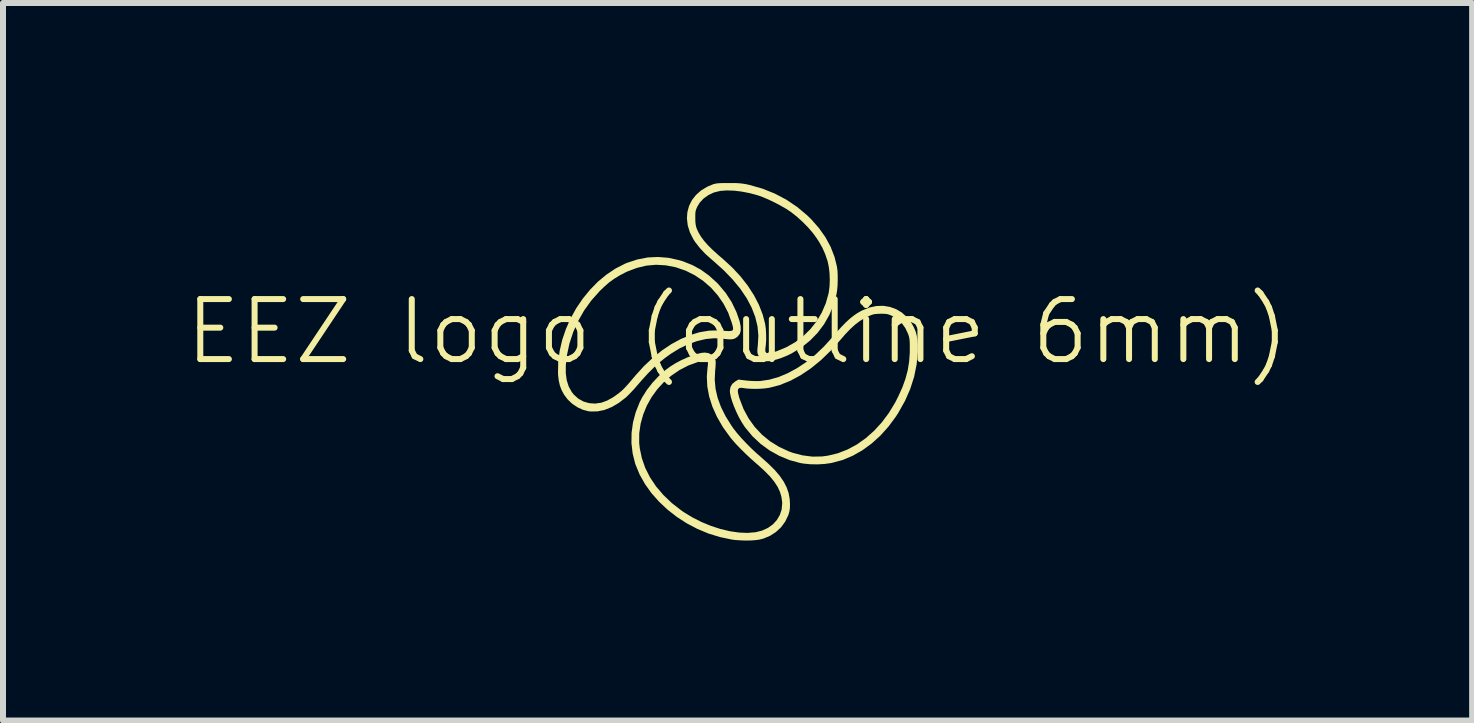
<source format=kicad_pcb>
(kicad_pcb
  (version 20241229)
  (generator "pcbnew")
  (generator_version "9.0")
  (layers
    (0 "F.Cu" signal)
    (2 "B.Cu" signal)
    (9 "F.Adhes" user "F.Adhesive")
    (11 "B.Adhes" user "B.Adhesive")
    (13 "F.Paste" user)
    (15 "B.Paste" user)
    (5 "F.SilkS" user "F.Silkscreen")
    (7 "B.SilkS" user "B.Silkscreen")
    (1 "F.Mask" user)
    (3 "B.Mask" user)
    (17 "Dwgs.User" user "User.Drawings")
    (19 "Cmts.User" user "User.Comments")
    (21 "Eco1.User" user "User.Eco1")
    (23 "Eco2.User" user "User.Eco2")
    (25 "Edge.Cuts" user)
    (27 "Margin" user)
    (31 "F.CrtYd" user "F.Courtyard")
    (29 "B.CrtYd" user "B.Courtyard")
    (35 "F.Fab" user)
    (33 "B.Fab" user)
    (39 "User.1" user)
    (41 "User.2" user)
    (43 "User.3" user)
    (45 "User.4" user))
  (footprint "EEZ logo (outline 6mm)"
    (layer "F.Cu")
    (at 9.24 2.976)
    (property "Reference" "EEZ logo (outline 6mm)" (at 0 -0.5 0) (unlocked yes) (layer "F.SilkS") (effects (font (size 1 1) (thickness 0.1))))
    (attr exclude_from_pos_files exclude_from_bom)
    (fp_poly (pts (xy -0.481 -0.141) (xy -0.427 -0.112) (xy -0.387 -0.068) (xy -0.366 -0.018) (xy -0.364 0.007) (xy -0.365 0.048) (xy -0.368 0.101) (xy -0.373 0.149) (xy -0.38 0.301) (xy -0.367 0.451) (xy -0.332 0.603) (xy -0.276 0.756) (xy -0.198 0.912) (xy -0.098 1.072) (xy -0.065 1.119) (xy -0.01 1.189) (xy 0.059 1.269) (xy 0.14 1.355) (xy 0.227 1.443) (xy 0.317 1.527) (xy 0.396 1.596) (xy 0.519 1.706) (xy 0.622 1.808) (xy 0.705 1.906) (xy 0.77 2.001) (xy 0.818 2.095) (xy 0.851 2.19) (xy 0.869 2.289) (xy 0.874 2.379) (xy 0.872 2.444) (xy 0.864 2.498) (xy 0.848 2.551) (xy 0.846 2.558) (xy 0.795 2.664) (xy 0.726 2.759) (xy 0.64 2.839) (xy 0.541 2.903) (xy 0.43 2.949) (xy 0.367 2.965) (xy 0.304 2.974) (xy 0.224 2.98) (xy 0.136 2.981) (xy 0.045 2.978) (xy -0.041 2.972) (xy -0.094 2.965) (xy -0.291 2.924) (xy -0.483 2.865) (xy -0.668 2.788) (xy -0.845 2.695) (xy -1.011 2.588) (xy -1.166 2.467) (xy -1.307 2.335) (xy -1.433 2.193) (xy -1.541 2.042) (xy -1.631 1.883) (xy -1.699 1.718) (xy -1.707 1.695) (xy -1.748 1.529) (xy -1.768 1.359) (xy -1.768 1.353) (xy -1.639 1.353) (xy -1.63 1.44) (xy -1.595 1.608) (xy -1.538 1.771) (xy -1.459 1.928) (xy -1.358 2.079) (xy -1.237 2.221) (xy -1.096 2.356) (xy -0.935 2.481) (xy -0.891 2.511) (xy -0.748 2.598) (xy -0.597 2.674) (xy -0.441 2.738) (xy -0.284 2.789) (xy -0.128 2.826) (xy 0.023 2.848) (xy 0.165 2.854) (xy 0.296 2.843) (xy 0.3 2.843) (xy 0.41 2.815) (xy 0.506 2.771) (xy 0.589 2.712) (xy 0.655 2.639) (xy 0.704 2.556) (xy 0.735 2.464) (xy 0.744 2.364) (xy 0.743 2.338) (xy 0.731 2.252) (xy 0.706 2.169) (xy 0.668 2.087) (xy 0.614 2.004) (xy 0.544 1.917) (xy 0.455 1.826) (xy 0.347 1.727) (xy 0.303 1.689) (xy 0.221 1.617) (xy 0.136 1.537) (xy 0.053 1.455) (xy -0.024 1.375) (xy -0.089 1.301) (xy -0.124 1.258) (xy -0.245 1.09) (xy -0.343 0.92) (xy -0.419 0.751) (xy -0.473 0.582) (xy -0.504 0.414) (xy -0.512 0.248) (xy -0.5 0.1) (xy -0.493 0.046) (xy -0.494 0.009) (xy -0.504 -0.012) (xy -0.527 -0.021) (xy -0.566 -0.018) (xy -0.622 -0.004) (xy -0.659 0.006) (xy -0.817 0.063) (xy -0.965 0.139) (xy -1.102 0.232) (xy -1.226 0.339) (xy -1.336 0.459) (xy -1.432 0.591) (xy -1.511 0.732) (xy -1.572 0.881) (xy -1.615 1.035) (xy -1.638 1.193) (xy -1.639 1.353) (xy -1.768 1.353) (xy -1.766 1.186) (xy -1.742 1.013) (xy -1.697 0.843) (xy -1.631 0.677) (xy -1.589 0.595) (xy -1.512 0.473) (xy -1.419 0.353) (xy -1.313 0.24) (xy -1.202 0.141) (xy -1.117 0.079) (xy -1.034 0.027) (xy -0.944 -0.021) (xy -0.851 -0.064) (xy -0.76 -0.1) (xy -0.675 -0.128) (xy -0.601 -0.146) (xy -0.545 -0.151)) (stroke (width 0) (type solid)) (fill yes) (layer "F.SilkS"))
    (fp_poly (pts (xy -1.151 -1.73) (xy -0.978 -1.692) (xy -0.911 -1.672) (xy -0.755 -1.61) (xy -0.611 -1.532) (xy -0.477 -1.435) (xy -0.348 -1.319) (xy -0.316 -1.286) (xy -0.196 -1.143) (xy -0.097 -0.99) (xy -0.018 -0.825) (xy 0.035 -0.671) (xy 0.052 -0.587) (xy 0.053 -0.519) (xy 0.038 -0.464) (xy 0.004 -0.42) (xy -0.033 -0.392) (xy -0.059 -0.38) (xy -0.089 -0.373) (xy -0.127 -0.371) (xy -0.177 -0.374) (xy -0.245 -0.382) (xy -0.253 -0.383) (xy -0.386 -0.39) (xy -0.527 -0.377) (xy -0.672 -0.343) (xy -0.819 -0.291) (xy -0.967 -0.22) (xy -1.109 -0.133) (xy -1.209 -0.061) (xy -1.304 0.015) (xy -1.397 0.1) (xy -1.493 0.196) (xy -1.594 0.307) (xy -1.666 0.39) (xy -1.714 0.446) (xy -1.765 0.501) (xy -1.812 0.55) (xy -1.852 0.589) (xy -1.862 0.598) (xy -1.979 0.688) (xy -2.097 0.757) (xy -2.215 0.804) (xy -2.333 0.829) (xy -2.449 0.831) (xy -2.488 0.826) (xy -2.578 0.802) (xy -2.669 0.76) (xy -2.755 0.702) (xy -2.829 0.632) (xy -2.887 0.556) (xy -2.888 0.555) (xy -2.931 0.476) (xy -2.96 0.4) (xy -2.979 0.319) (xy -2.99 0.226) (xy -2.991 0.195) (xy -2.862 0.195) (xy -2.846 0.312) (xy -2.813 0.415) (xy -2.763 0.505) (xy -2.727 0.551) (xy -2.653 0.617) (xy -2.567 0.665) (xy -2.473 0.692) (xy -2.373 0.699) (xy -2.272 0.685) (xy -2.266 0.683) (xy -2.176 0.65) (xy -2.08 0.598) (xy -1.985 0.531) (xy -1.979 0.526) (xy -1.95 0.502) (xy -1.924 0.48) (xy -1.899 0.456) (xy -1.872 0.428) (xy -1.841 0.394) (xy -1.802 0.35) (xy -1.754 0.293) (xy -1.698 0.227) (xy -1.558 0.073) (xy -1.411 -0.065) (xy -1.259 -0.187) (xy -1.104 -0.291) (xy -0.947 -0.376) (xy -0.789 -0.443) (xy -0.632 -0.49) (xy -0.477 -0.516) (xy -0.327 -0.521) (xy -0.291 -0.518) (xy -0.211 -0.512) (xy -0.152 -0.509) (xy -0.111 -0.511) (xy -0.086 -0.519) (xy -0.075 -0.536) (xy -0.075 -0.563) (xy -0.083 -0.602) (xy -0.098 -0.653) (xy -0.156 -0.815) (xy -0.234 -0.966) (xy -0.331 -1.106) (xy -0.443 -1.233) (xy -0.571 -1.344) (xy -0.712 -1.439) (xy -0.863 -1.515) (xy -1.025 -1.571) (xy -1.036 -1.574) (xy -1.199 -1.605) (xy -1.359 -1.614) (xy -1.518 -1.6) (xy -1.677 -1.562) (xy -1.836 -1.502) (xy -1.882 -1.48) (xy -1.976 -1.43) (xy -2.059 -1.378) (xy -2.137 -1.322) (xy -2.215 -1.254) (xy -2.3 -1.173) (xy -2.301 -1.171) (xy -2.435 -1.021) (xy -2.554 -0.856) (xy -2.655 -0.679) (xy -2.738 -0.494) (xy -2.801 -0.302) (xy -2.843 -0.107) (xy -2.862 0.063) (xy -2.862 0.195) (xy -2.991 0.195) (xy -2.992 0.19) (xy -2.988 0.006) (xy -2.964 -0.18) (xy -2.921 -0.364) (xy -2.859 -0.546) (xy -2.781 -0.722) (xy -2.687 -0.891) (xy -2.579 -1.05) (xy -2.458 -1.198) (xy -2.326 -1.333) (xy -2.183 -1.451) (xy -2.032 -1.552) (xy -1.873 -1.633) (xy -1.836 -1.648) (xy -1.667 -1.703) (xy -1.496 -1.736) (xy -1.324 -1.744)) (stroke (width 0) (type solid)) (fill yes) (layer "F.SilkS"))
    (fp_poly (pts (xy 2.539 -0.912) (xy 2.643 -0.874) (xy 2.739 -0.817) (xy 2.824 -0.741) (xy 2.896 -0.647) (xy 2.937 -0.574) (xy 2.966 -0.506) (xy 2.986 -0.436) (xy 2.998 -0.361) (xy 3.004 -0.273) (xy 3.003 -0.169) (xy 3.003 -0.163) (xy 2.984 0.047) (xy 2.942 0.254) (xy 2.877 0.457) (xy 2.789 0.657) (xy 2.678 0.854) (xy 2.639 0.915) (xy 2.514 1.084) (xy 2.378 1.235) (xy 2.233 1.366) (xy 2.079 1.478) (xy 1.916 1.57) (xy 1.748 1.64) (xy 1.573 1.687) (xy 1.558 1.69) (xy 1.451 1.705) (xy 1.333 1.712) (xy 1.214 1.71) (xy 1.101 1.699) (xy 1.043 1.689) (xy 0.864 1.64) (xy 0.694 1.569) (xy 0.533 1.479) (xy 0.384 1.37) (xy 0.249 1.244) (xy 0.131 1.102) (xy 0.116 1.082) (xy 0.069 1.009) (xy 0.023 0.927) (xy -0.02 0.838) (xy -0.058 0.749) (xy -0.09 0.663) (xy -0.113 0.584) (xy -0.126 0.518) (xy -0.128 0.487) (xy -0.128 0.484) (xy 0.004 0.484) (xy 0.01 0.529) (xy 0.026 0.593) (xy 0.035 0.621) (xy 0.1 0.79) (xy 0.184 0.946) (xy 0.286 1.088) (xy 0.405 1.215) (xy 0.54 1.326) (xy 0.69 1.419) (xy 0.853 1.495) (xy 0.922 1.52) (xy 1.084 1.562) (xy 1.247 1.583) (xy 1.409 1.58) (xy 1.505 1.567) (xy 1.672 1.527) (xy 1.833 1.464) (xy 1.989 1.38) (xy 2.136 1.276) (xy 2.275 1.153) (xy 2.404 1.012) (xy 2.522 0.854) (xy 2.628 0.679) (xy 2.674 0.588) (xy 2.745 0.433) (xy 2.798 0.286) (xy 2.836 0.144) (xy 2.859 0.000369) (xy 2.87 -0.149) (xy 2.87 -0.198) (xy 2.87 -0.27) (xy 2.869 -0.324) (xy 2.866 -0.365) (xy 2.861 -0.398) (xy 2.853 -0.428) (xy 2.845 -0.454) (xy 2.797 -0.558) (xy 2.735 -0.644) (xy 2.658 -0.714) (xy 2.568 -0.766) (xy 2.531 -0.781) (xy 2.499 -0.791) (xy 2.461 -0.796) (xy 2.412 -0.798) (xy 2.389 -0.798) (xy 2.33 -0.796) (xy 2.285 -0.792) (xy 2.247 -0.783) (xy 2.205 -0.767) (xy 2.205 -0.767) (xy 2.119 -0.726) (xy 2.038 -0.677) (xy 1.959 -0.617) (xy 1.877 -0.542) (xy 1.791 -0.452) (xy 1.718 -0.367) (xy 1.555 -0.185) (xy 1.39 -0.025) (xy 1.222 0.112) (xy 1.051 0.227) (xy 0.88 0.319) (xy 0.706 0.389) (xy 0.532 0.435) (xy 0.521 0.437) (xy 0.455 0.446) (xy 0.376 0.452) (xy 0.293 0.454) (xy 0.213 0.452) (xy 0.145 0.447) (xy 0.116 0.443) (xy 0.066 0.436) (xy 0.032 0.439) (xy 0.012 0.455) (xy 0.004 0.484) (xy -0.128 0.484) (xy -0.118 0.423) (xy -0.087 0.37) (xy -0.038 0.33) (xy 0.014 0.299) (xy 0.146 0.315) (xy 0.216 0.321) (xy 0.289 0.324) (xy 0.353 0.324) (xy 0.376 0.323) (xy 0.527 0.301) (xy 0.681 0.258) (xy 0.836 0.193) (xy 0.991 0.109) (xy 1.145 0.007) (xy 1.295 -0.114) (xy 1.439 -0.251) (xy 1.565 -0.39) (xy 1.654 -0.493) (xy 1.732 -0.58) (xy 1.802 -0.652) (xy 1.866 -0.711) (xy 1.928 -0.761) (xy 1.988 -0.803) (xy 2.051 -0.84) (xy 2.082 -0.855) (xy 2.198 -0.902) (xy 2.315 -0.927) (xy 2.429 -0.93)) (stroke (width 0) (type solid)) (fill yes) (layer "F.SilkS"))
    (fp_poly (pts (xy -0.14 -2.976) (xy -0.061 -2.976) (xy 0.002 -2.974) (xy 0.053 -2.97) (xy 0.099 -2.964) (xy 0.147 -2.956) (xy 0.203 -2.943) (xy 0.204 -2.943) (xy 0.417 -2.882) (xy 0.621 -2.8) (xy 0.813 -2.699) (xy 0.993 -2.578) (xy 1.16 -2.438) (xy 1.223 -2.377) (xy 1.354 -2.229) (xy 1.464 -2.074) (xy 1.551 -1.913) (xy 1.616 -1.745) (xy 1.656 -1.585) (xy 1.665 -1.519) (xy 1.669 -1.437) (xy 1.669 -1.349) (xy 1.666 -1.26) (xy 1.658 -1.18) (xy 1.649 -1.124) (xy 1.6 -0.946) (xy 1.53 -0.779) (xy 1.441 -0.622) (xy 1.333 -0.479) (xy 1.208 -0.351) (xy 1.066 -0.237) (xy 0.908 -0.141) (xy 0.904 -0.138) (xy 0.821 -0.098) (xy 0.737 -0.064) (xy 0.655 -0.037) (xy 0.581 -0.018) (xy 0.516 -0.007) (xy 0.466 -0.007) (xy 0.443 -0.013) (xy 0.397 -0.041) (xy 0.359 -0.084) (xy 0.337 -0.126) (xy 0.331 -0.154) (xy 0.33 -0.191) (xy 0.334 -0.241) (xy 0.338 -0.276) (xy 0.347 -0.431) (xy 0.333 -0.587) (xy 0.295 -0.744) (xy 0.235 -0.9) (xy 0.152 -1.057) (xy 0.046 -1.214) (xy -0.083 -1.37) (xy -0.234 -1.526) (xy -0.408 -1.682) (xy -0.423 -1.694) (xy -0.535 -1.794) (xy -0.627 -1.892) (xy -0.704 -1.99) (xy -0.737 -2.041) (xy -0.795 -2.156) (xy -0.83 -2.27) (xy -0.843 -2.382) (xy -0.843 -2.394) (xy -0.704 -2.394) (xy -0.703 -2.332) (xy -0.698 -2.284) (xy -0.689 -2.244) (xy -0.678 -2.211) (xy -0.647 -2.145) (xy -0.607 -2.079) (xy -0.557 -2.012) (xy -0.494 -1.94) (xy -0.416 -1.863) (xy -0.321 -1.777) (xy -0.243 -1.71) (xy -0.089 -1.569) (xy 0.049 -1.421) (xy 0.17 -1.266) (xy 0.273 -1.107) (xy 0.356 -0.947) (xy 0.419 -0.785) (xy 0.46 -0.629) (xy 0.471 -0.548) (xy 0.476 -0.455) (xy 0.477 -0.361) (xy 0.471 -0.275) (xy 0.466 -0.24) (xy 0.462 -0.194) (xy 0.466 -0.163) (xy 0.483 -0.145) (xy 0.512 -0.14) (xy 0.558 -0.146) (xy 0.622 -0.164) (xy 0.654 -0.174) (xy 0.813 -0.24) (xy 0.961 -0.324) (xy 1.095 -0.425) (xy 1.214 -0.542) (xy 1.318 -0.673) (xy 1.403 -0.816) (xy 1.47 -0.971) (xy 1.516 -1.134) (xy 1.521 -1.161) (xy 1.533 -1.256) (xy 1.537 -1.362) (xy 1.533 -1.472) (xy 1.521 -1.576) (xy 1.502 -1.668) (xy 1.499 -1.678) (xy 1.461 -1.79) (xy 1.416 -1.893) (xy 1.358 -1.996) (xy 1.319 -2.056) (xy 1.254 -2.145) (xy 1.173 -2.239) (xy 1.082 -2.331) (xy 0.987 -2.417) (xy 0.893 -2.491) (xy 0.886 -2.496) (xy 0.809 -2.547) (xy 0.718 -2.599) (xy 0.618 -2.652) (xy 0.518 -2.7) (xy 0.422 -2.741) (xy 0.339 -2.771) (xy 0.338 -2.771) (xy 0.206 -2.807) (xy 0.072 -2.833) (xy -0.057 -2.849) (xy -0.178 -2.853) (xy -0.284 -2.845) (xy -0.291 -2.844) (xy -0.393 -2.819) (xy -0.485 -2.776) (xy -0.566 -2.718) (xy -0.632 -2.647) (xy -0.673 -2.578) (xy -0.688 -2.543) (xy -0.698 -2.512) (xy -0.703 -2.476) (xy -0.704 -2.429) (xy -0.704 -2.394) (xy -0.843 -2.394) (xy -0.836 -2.491) (xy -0.808 -2.595) (xy -0.76 -2.691) (xy -0.693 -2.777) (xy -0.607 -2.853) (xy -0.504 -2.915) (xy -0.408 -2.955) (xy -0.38 -2.963) (xy -0.349 -2.969) (xy -0.311 -2.973) (xy -0.261 -2.975) (xy -0.196 -2.976)) (stroke (width 0) (type solid)) (fill yes) (layer "F.SilkS")))
  (gr_rect
    (start -3 -3)
    (end 21.481 8.957)
    (stroke (width 0.1) (type default))
    (fill no)
    (layer "Edge.Cuts")))
</source>
